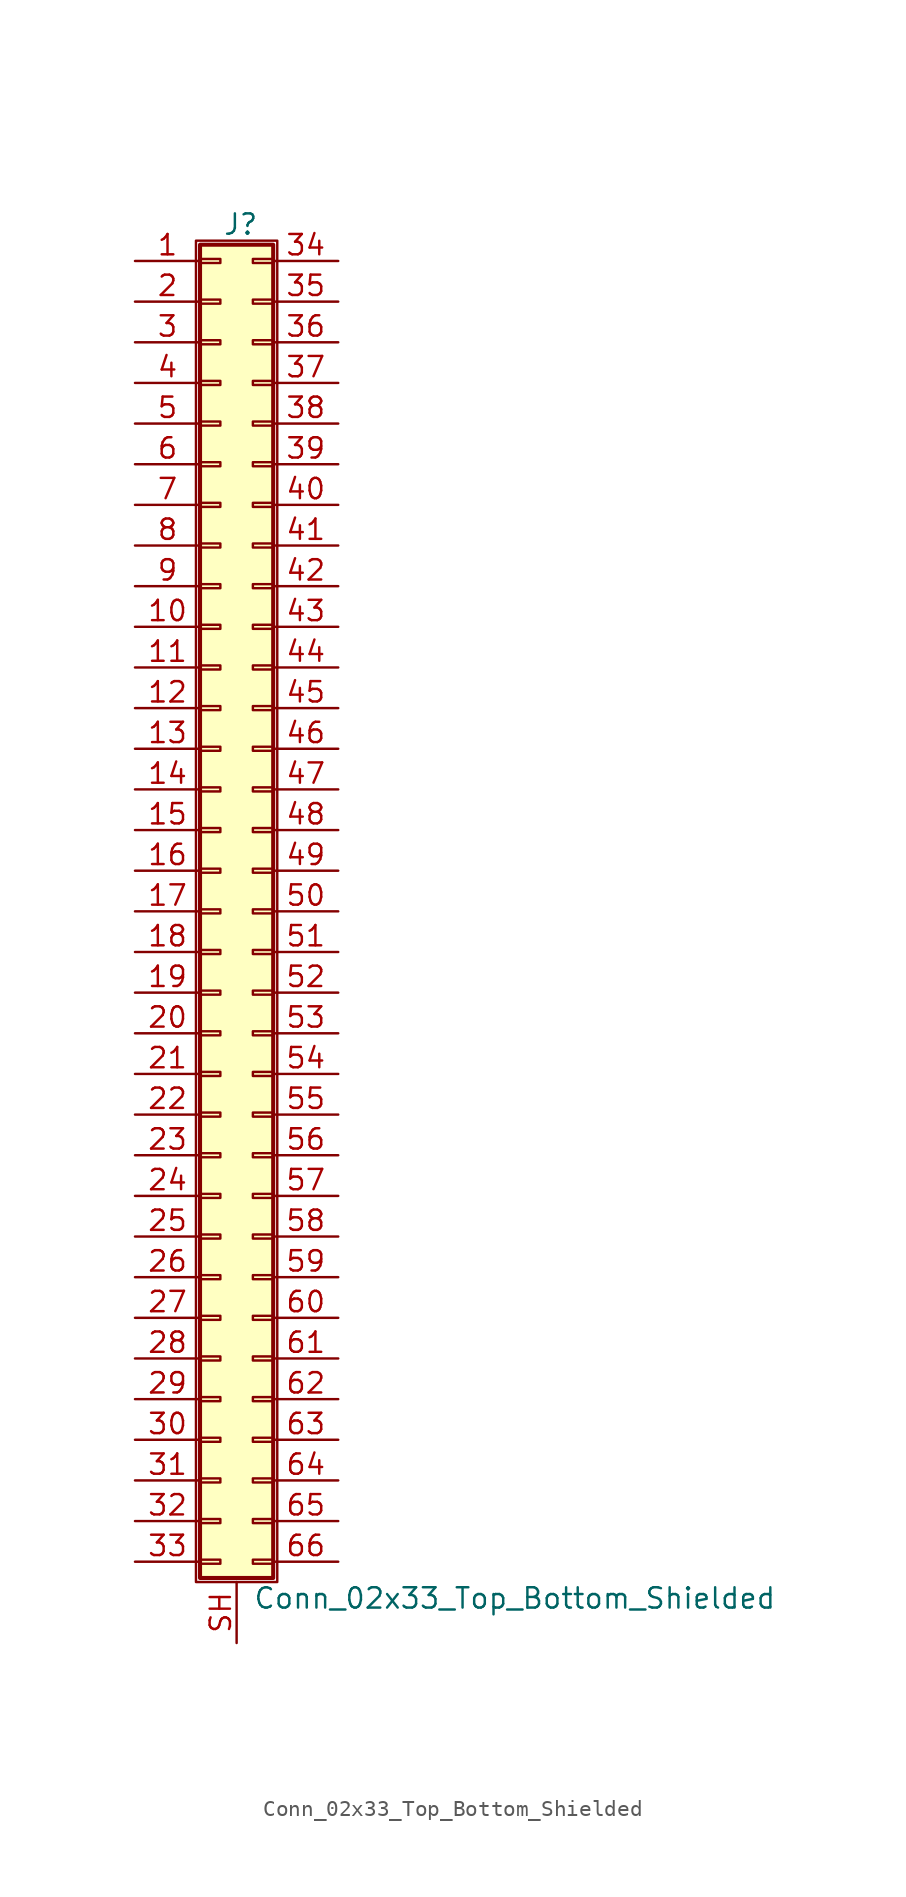
<source format=kicad_sym>
(kicad_symbol_lib
  (version 20220914)
  (generator kicad_symbol_editor)
  (symbol "Conn_02x33_Top_Bottom_Shielded"
    (pin_names
      (offset 1.016) hide)
    (property "Reference" "J"
      (at 1.524 42.926 0)
      (effects (font (size 1.27 1.27))))
    (property "Value" "Conn_02x33_Top_Bottom_Shielded"
      (at 2.286 -42.926 0)
      (effects (font (size 1.27 1.27)) (justify left)))
    (symbol "Conn_02x33_Top_Bottom_Shielded_1_1"
      (rectangle (start -1.27 41.91) (end 3.81 -41.91) (stroke (width 0.152) (type default)) (fill (type none)))
      (rectangle (start -1.016 -40.513) (end 0.254 -40.767) (stroke (width 0.152) (type default)) (fill (type none)))
      (rectangle (start -1.016 -37.973) (end 0.254 -38.227) (stroke (width 0.152) (type default)) (fill (type none)))
      (rectangle (start -1.016 -35.433) (end 0.254 -35.687) (stroke (width 0.152) (type default)) (fill (type none)))
      (rectangle (start -1.016 -32.893) (end 0.254 -33.147) (stroke (width 0.152) (type default)) (fill (type none)))
      (rectangle (start -1.016 -30.353) (end 0.254 -30.607) (stroke (width 0.152) (type default)) (fill (type none)))
      (rectangle (start -1.016 -27.813) (end 0.254 -28.067) (stroke (width 0.152) (type default)) (fill (type none)))
      (rectangle (start -1.016 -25.273) (end 0.254 -25.527) (stroke (width 0.152) (type default)) (fill (type none)))
      (rectangle (start -1.016 -22.733) (end 0.254 -22.987) (stroke (width 0.152) (type default)) (fill (type none)))
      (rectangle (start -1.016 -20.193) (end 0.254 -20.447) (stroke (width 0.152) (type default)) (fill (type none)))
      (rectangle (start -1.016 -17.653) (end 0.254 -17.907) (stroke (width 0.152) (type default)) (fill (type none)))
      (rectangle (start -1.016 -15.113) (end 0.254 -15.367) (stroke (width 0.152) (type default)) (fill (type none)))
      (rectangle (start -1.016 -12.573) (end 0.254 -12.827) (stroke (width 0.152) (type default)) (fill (type none)))
      (rectangle (start -1.016 -10.033) (end 0.254 -10.287) (stroke (width 0.152) (type default)) (fill (type none)))
      (rectangle (start -1.016 -7.493) (end 0.254 -7.747) (stroke (width 0.152) (type default)) (fill (type none)))
      (rectangle (start -1.016 -4.953) (end 0.254 -5.207) (stroke (width 0.152) (type default)) (fill (type none)))
      (rectangle (start -1.016 -2.413) (end 0.254 -2.667) (stroke (width 0.152) (type default)) (fill (type none)))
      (rectangle (start -1.016 0.127) (end 0.254 -0.127) (stroke (width 0.152) (type default)) (fill (type none)))
      (rectangle (start -1.016 2.667) (end 0.254 2.413) (stroke (width 0.152) (type default)) (fill (type none)))
      (rectangle (start -1.016 5.207) (end 0.254 4.953) (stroke (width 0.152) (type default)) (fill (type none)))
      (rectangle (start -1.016 7.747) (end 0.254 7.493) (stroke (width 0.152) (type default)) (fill (type none)))
      (rectangle (start -1.016 10.287) (end 0.254 10.033) (stroke (width 0.152) (type default)) (fill (type none)))
      (rectangle (start -1.016 12.827) (end 0.254 12.573) (stroke (width 0.152) (type default)) (fill (type none)))
      (rectangle (start -1.016 15.367) (end 0.254 15.113) (stroke (width 0.152) (type default)) (fill (type none)))
      (rectangle (start -1.016 17.907) (end 0.254 17.653) (stroke (width 0.152) (type default)) (fill (type none)))
      (rectangle (start -1.016 20.447) (end 0.254 20.193) (stroke (width 0.152) (type default)) (fill (type none)))
      (rectangle (start -1.016 22.987) (end 0.254 22.733) (stroke (width 0.152) (type default)) (fill (type none)))
      (rectangle (start -1.016 25.527) (end 0.254 25.273) (stroke (width 0.152) (type default)) (fill (type none)))
      (rectangle (start -1.016 28.067) (end 0.254 27.813) (stroke (width 0.152) (type default)) (fill (type none)))
      (rectangle (start -1.016 30.607) (end 0.254 30.353) (stroke (width 0.152) (type default)) (fill (type none)))
      (rectangle (start -1.016 33.147) (end 0.254 32.893) (stroke (width 0.152) (type default)) (fill (type none)))
      (rectangle (start -1.016 35.687) (end 0.254 35.433) (stroke (width 0.152) (type default)) (fill (type none)))
      (rectangle (start -1.016 38.227) (end 0.254 37.973) (stroke (width 0.152) (type default)) (fill (type none)))
      (rectangle (start -1.016 40.767) (end 0.254 40.513) (stroke (width 0.152) (type default)) (fill (type none)))
      (rectangle (start -1.016 41.656) (end 3.556 -41.656) (stroke (width 0.254) (type default)) (fill (type background)))
      (rectangle (start 3.556 -40.513) (end 2.286 -40.767) (stroke (width 0.152) (type default)) (fill (type none)))
      (rectangle (start 3.556 -37.973) (end 2.286 -38.227) (stroke (width 0.152) (type default)) (fill (type none)))
      (rectangle (start 3.556 -35.433) (end 2.286 -35.687) (stroke (width 0.152) (type default)) (fill (type none)))
      (rectangle (start 3.556 -32.893) (end 2.286 -33.147) (stroke (width 0.152) (type default)) (fill (type none)))
      (rectangle (start 3.556 -30.353) (end 2.286 -30.607) (stroke (width 0.152) (type default)) (fill (type none)))
      (rectangle (start 3.556 -27.813) (end 2.286 -28.067) (stroke (width 0.152) (type default)) (fill (type none)))
      (rectangle (start 3.556 -25.273) (end 2.286 -25.527) (stroke (width 0.152) (type default)) (fill (type none)))
      (rectangle (start 3.556 -22.733) (end 2.286 -22.987) (stroke (width 0.152) (type default)) (fill (type none)))
      (rectangle (start 3.556 -20.193) (end 2.286 -20.447) (stroke (width 0.152) (type default)) (fill (type none)))
      (rectangle (start 3.556 -17.653) (end 2.286 -17.907) (stroke (width 0.152) (type default)) (fill (type none)))
      (rectangle (start 3.556 -15.113) (end 2.286 -15.367) (stroke (width 0.152) (type default)) (fill (type none)))
      (rectangle (start 3.556 -12.573) (end 2.286 -12.827) (stroke (width 0.152) (type default)) (fill (type none)))
      (rectangle (start 3.556 -10.033) (end 2.286 -10.287) (stroke (width 0.152) (type default)) (fill (type none)))
      (rectangle (start 3.556 -7.493) (end 2.286 -7.747) (stroke (width 0.152) (type default)) (fill (type none)))
      (rectangle (start 3.556 -4.953) (end 2.286 -5.207) (stroke (width 0.152) (type default)) (fill (type none)))
      (rectangle (start 3.556 -2.413) (end 2.286 -2.667) (stroke (width 0.152) (type default)) (fill (type none)))
      (rectangle (start 3.556 0.127) (end 2.286 -0.127) (stroke (width 0.152) (type default)) (fill (type none)))
      (rectangle (start 3.556 2.667) (end 2.286 2.413) (stroke (width 0.152) (type default)) (fill (type none)))
      (rectangle (start 3.556 5.207) (end 2.286 4.953) (stroke (width 0.152) (type default)) (fill (type none)))
      (rectangle (start 3.556 7.747) (end 2.286 7.493) (stroke (width 0.152) (type default)) (fill (type none)))
      (rectangle (start 3.556 10.287) (end 2.286 10.033) (stroke (width 0.152) (type default)) (fill (type none)))
      (rectangle (start 3.556 12.827) (end 2.286 12.573) (stroke (width 0.152) (type default)) (fill (type none)))
      (rectangle (start 3.556 15.367) (end 2.286 15.113) (stroke (width 0.152) (type default)) (fill (type none)))
      (rectangle (start 3.556 17.907) (end 2.286 17.653) (stroke (width 0.152) (type default)) (fill (type none)))
      (rectangle (start 3.556 20.447) (end 2.286 20.193) (stroke (width 0.152) (type default)) (fill (type none)))
      (rectangle (start 3.556 22.987) (end 2.286 22.733) (stroke (width 0.152) (type default)) (fill (type none)))
      (rectangle (start 3.556 25.527) (end 2.286 25.273) (stroke (width 0.152) (type default)) (fill (type none)))
      (rectangle (start 3.556 28.067) (end 2.286 27.813) (stroke (width 0.152) (type default)) (fill (type none)))
      (rectangle (start 3.556 30.607) (end 2.286 30.353) (stroke (width 0.152) (type default)) (fill (type none)))
      (rectangle (start 3.556 33.147) (end 2.286 32.893) (stroke (width 0.152) (type default)) (fill (type none)))
      (rectangle (start 3.556 35.687) (end 2.286 35.433) (stroke (width 0.152) (type default)) (fill (type none)))
      (rectangle (start 3.556 38.227) (end 2.286 37.973) (stroke (width 0.152) (type default)) (fill (type none)))
      (rectangle (start 3.556 40.767) (end 2.286 40.513) (stroke (width 0.152) (type default)) (fill (type none)))
      (pin passive line (at -5.08 40.64 0) (length 4.064) (name "Pin_1" (effects (font (size 1.27 1.27)))) (number "1" (effects (font (size 1.27 1.27)))))
      (pin passive line (at -5.08 17.78 0) (length 4.064) (name "Pin_10" (effects (font (size 1.27 1.27)))) (number "10" (effects (font (size 1.27 1.27)))))
      (pin passive line (at -5.08 15.24 0) (length 4.064) (name "Pin_11" (effects (font (size 1.27 1.27)))) (number "11" (effects (font (size 1.27 1.27)))))
      (pin passive line (at -5.08 12.7 0) (length 4.064) (name "Pin_12" (effects (font (size 1.27 1.27)))) (number "12" (effects (font (size 1.27 1.27)))))
      (pin passive line (at -5.08 10.16 0) (length 4.064) (name "Pin_13" (effects (font (size 1.27 1.27)))) (number "13" (effects (font (size 1.27 1.27)))))
      (pin passive line (at -5.08 7.62 0) (length 4.064) (name "Pin_14" (effects (font (size 1.27 1.27)))) (number "14" (effects (font (size 1.27 1.27)))))
      (pin passive line (at -5.08 5.08 0) (length 4.064) (name "Pin_15" (effects (font (size 1.27 1.27)))) (number "15" (effects (font (size 1.27 1.27)))))
      (pin passive line (at -5.08 2.54 0) (length 4.064) (name "Pin_16" (effects (font (size 1.27 1.27)))) (number "16" (effects (font (size 1.27 1.27)))))
      (pin passive line (at -5.08 0 0) (length 4.064) (name "Pin_17" (effects (font (size 1.27 1.27)))) (number "17" (effects (font (size 1.27 1.27)))))
      (pin passive line (at -5.08 -2.54 0) (length 4.064) (name "Pin_18" (effects (font (size 1.27 1.27)))) (number "18" (effects (font (size 1.27 1.27)))))
      (pin passive line (at -5.08 -5.08 0) (length 4.064) (name "Pin_19" (effects (font (size 1.27 1.27)))) (number "19" (effects (font (size 1.27 1.27)))))
      (pin passive line (at -5.08 38.1 0) (length 4.064) (name "Pin_2" (effects (font (size 1.27 1.27)))) (number "2" (effects (font (size 1.27 1.27)))))
      (pin passive line (at -5.08 -7.62 0) (length 4.064) (name "Pin_20" (effects (font (size 1.27 1.27)))) (number "20" (effects (font (size 1.27 1.27)))))
      (pin passive line (at -5.08 -10.16 0) (length 4.064) (name "Pin_21" (effects (font (size 1.27 1.27)))) (number "21" (effects (font (size 1.27 1.27)))))
      (pin passive line (at -5.08 -12.7 0) (length 4.064) (name "Pin_22" (effects (font (size 1.27 1.27)))) (number "22" (effects (font (size 1.27 1.27)))))
      (pin passive line (at -5.08 -15.24 0) (length 4.064) (name "Pin_23" (effects (font (size 1.27 1.27)))) (number "23" (effects (font (size 1.27 1.27)))))
      (pin passive line (at -5.08 -17.78 0) (length 4.064) (name "Pin_24" (effects (font (size 1.27 1.27)))) (number "24" (effects (font (size 1.27 1.27)))))
      (pin passive line (at -5.08 -20.32 0) (length 4.064) (name "Pin_25" (effects (font (size 1.27 1.27)))) (number "25" (effects (font (size 1.27 1.27)))))
      (pin passive line (at -5.08 -22.86 0) (length 4.064) (name "Pin_26" (effects (font (size 1.27 1.27)))) (number "26" (effects (font (size 1.27 1.27)))))
      (pin passive line (at -5.08 -25.4 0) (length 4.064) (name "Pin_27" (effects (font (size 1.27 1.27)))) (number "27" (effects (font (size 1.27 1.27)))))
      (pin passive line (at -5.08 -27.94 0) (length 4.064) (name "Pin_28" (effects (font (size 1.27 1.27)))) (number "28" (effects (font (size 1.27 1.27)))))
      (pin passive line (at -5.08 -30.48 0) (length 4.064) (name "Pin_29" (effects (font (size 1.27 1.27)))) (number "29" (effects (font (size 1.27 1.27)))))
      (pin passive line (at -5.08 35.56 0) (length 4.064) (name "Pin_3" (effects (font (size 1.27 1.27)))) (number "3" (effects (font (size 1.27 1.27)))))
      (pin passive line (at -5.08 -33.02 0) (length 4.064) (name "Pin_30" (effects (font (size 1.27 1.27)))) (number "30" (effects (font (size 1.27 1.27)))))
      (pin passive line (at -5.08 -35.56 0) (length 4.064) (name "Pin_31" (effects (font (size 1.27 1.27)))) (number "31" (effects (font (size 1.27 1.27)))))
      (pin passive line (at -5.08 -38.1 0) (length 4.064) (name "Pin_32" (effects (font (size 1.27 1.27)))) (number "32" (effects (font (size 1.27 1.27)))))
      (pin passive line (at -5.08 -40.64 0) (length 4.064) (name "Pin_33" (effects (font (size 1.27 1.27)))) (number "33" (effects (font (size 1.27 1.27)))))
      (pin passive line (at 7.62 40.64 180) (length 4.064) (name "Pin_34" (effects (font (size 1.27 1.27)))) (number "34" (effects (font (size 1.27 1.27)))))
      (pin passive line (at 7.62 38.1 180) (length 4.064) (name "Pin_35" (effects (font (size 1.27 1.27)))) (number "35" (effects (font (size 1.27 1.27)))))
      (pin passive line (at 7.62 35.56 180) (length 4.064) (name "Pin_36" (effects (font (size 1.27 1.27)))) (number "36" (effects (font (size 1.27 1.27)))))
      (pin passive line (at 7.62 33.02 180) (length 4.064) (name "Pin_37" (effects (font (size 1.27 1.27)))) (number "37" (effects (font (size 1.27 1.27)))))
      (pin passive line (at 7.62 30.48 180) (length 4.064) (name "Pin_38" (effects (font (size 1.27 1.27)))) (number "38" (effects (font (size 1.27 1.27)))))
      (pin passive line (at 7.62 27.94 180) (length 4.064) (name "Pin_39" (effects (font (size 1.27 1.27)))) (number "39" (effects (font (size 1.27 1.27)))))
      (pin passive line (at -5.08 33.02 0) (length 4.064) (name "Pin_4" (effects (font (size 1.27 1.27)))) (number "4" (effects (font (size 1.27 1.27)))))
      (pin passive line (at 7.62 25.4 180) (length 4.064) (name "Pin_40" (effects (font (size 1.27 1.27)))) (number "40" (effects (font (size 1.27 1.27)))))
      (pin passive line (at 7.62 22.86 180) (length 4.064) (name "Pin_41" (effects (font (size 1.27 1.27)))) (number "41" (effects (font (size 1.27 1.27)))))
      (pin passive line (at 7.62 20.32 180) (length 4.064) (name "Pin_42" (effects (font (size 1.27 1.27)))) (number "42" (effects (font (size 1.27 1.27)))))
      (pin passive line (at 7.62 17.78 180) (length 4.064) (name "Pin_43" (effects (font (size 1.27 1.27)))) (number "43" (effects (font (size 1.27 1.27)))))
      (pin passive line (at 7.62 15.24 180) (length 4.064) (name "Pin_44" (effects (font (size 1.27 1.27)))) (number "44" (effects (font (size 1.27 1.27)))))
      (pin passive line (at 7.62 12.7 180) (length 4.064) (name "Pin_45" (effects (font (size 1.27 1.27)))) (number "45" (effects (font (size 1.27 1.27)))))
      (pin passive line (at 7.62 10.16 180) (length 4.064) (name "Pin_46" (effects (font (size 1.27 1.27)))) (number "46" (effects (font (size 1.27 1.27)))))
      (pin passive line (at 7.62 7.62 180) (length 4.064) (name "Pin_47" (effects (font (size 1.27 1.27)))) (number "47" (effects (font (size 1.27 1.27)))))
      (pin passive line (at 7.62 5.08 180) (length 4.064) (name "Pin_48" (effects (font (size 1.27 1.27)))) (number "48" (effects (font (size 1.27 1.27)))))
      (pin passive line (at 7.62 2.54 180) (length 4.064) (name "Pin_49" (effects (font (size 1.27 1.27)))) (number "49" (effects (font (size 1.27 1.27)))))
      (pin passive line (at -5.08 30.48 0) (length 4.064) (name "Pin_5" (effects (font (size 1.27 1.27)))) (number "5" (effects (font (size 1.27 1.27)))))
      (pin passive line (at 7.62 0 180) (length 4.064) (name "Pin_50" (effects (font (size 1.27 1.27)))) (number "50" (effects (font (size 1.27 1.27)))))
      (pin passive line (at 7.62 -2.54 180) (length 4.064) (name "Pin_51" (effects (font (size 1.27 1.27)))) (number "51" (effects (font (size 1.27 1.27)))))
      (pin passive line (at 7.62 -5.08 180) (length 4.064) (name "Pin_52" (effects (font (size 1.27 1.27)))) (number "52" (effects (font (size 1.27 1.27)))))
      (pin passive line (at 7.62 -7.62 180) (length 4.064) (name "Pin_53" (effects (font (size 1.27 1.27)))) (number "53" (effects (font (size 1.27 1.27)))))
      (pin passive line (at 7.62 -10.16 180) (length 4.064) (name "Pin_54" (effects (font (size 1.27 1.27)))) (number "54" (effects (font (size 1.27 1.27)))))
      (pin passive line (at 7.62 -12.7 180) (length 4.064) (name "Pin_55" (effects (font (size 1.27 1.27)))) (number "55" (effects (font (size 1.27 1.27)))))
      (pin passive line (at 7.62 -15.24 180) (length 4.064) (name "Pin_56" (effects (font (size 1.27 1.27)))) (number "56" (effects (font (size 1.27 1.27)))))
      (pin passive line (at 7.62 -17.78 180) (length 4.064) (name "Pin_57" (effects (font (size 1.27 1.27)))) (number "57" (effects (font (size 1.27 1.27)))))
      (pin passive line (at 7.62 -20.32 180) (length 4.064) (name "Pin_58" (effects (font (size 1.27 1.27)))) (number "58" (effects (font (size 1.27 1.27)))))
      (pin passive line (at 7.62 -22.86 180) (length 4.064) (name "Pin_59" (effects (font (size 1.27 1.27)))) (number "59" (effects (font (size 1.27 1.27)))))
      (pin passive line (at -5.08 27.94 0) (length 4.064) (name "Pin_6" (effects (font (size 1.27 1.27)))) (number "6" (effects (font (size 1.27 1.27)))))
      (pin passive line (at 7.62 -25.4 180) (length 4.064) (name "Pin_60" (effects (font (size 1.27 1.27)))) (number "60" (effects (font (size 1.27 1.27)))))
      (pin passive line (at 7.62 -27.94 180) (length 4.064) (name "Pin_61" (effects (font (size 1.27 1.27)))) (number "61" (effects (font (size 1.27 1.27)))))
      (pin passive line (at 7.62 -30.48 180) (length 4.064) (name "Pin_62" (effects (font (size 1.27 1.27)))) (number "62" (effects (font (size 1.27 1.27)))))
      (pin passive line (at 7.62 -33.02 180) (length 4.064) (name "Pin_63" (effects (font (size 1.27 1.27)))) (number "63" (effects (font (size 1.27 1.27)))))
      (pin passive line (at 7.62 -35.56 180) (length 4.064) (name "Pin_64" (effects (font (size 1.27 1.27)))) (number "64" (effects (font (size 1.27 1.27)))))
      (pin passive line (at 7.62 -38.1 180) (length 4.064) (name "Pin_65" (effects (font (size 1.27 1.27)))) (number "65" (effects (font (size 1.27 1.27)))))
      (pin passive line (at 7.62 -40.64 180) (length 4.064) (name "Pin_66" (effects (font (size 1.27 1.27)))) (number "66" (effects (font (size 1.27 1.27)))))
      (pin passive line (at -5.08 25.4 0) (length 4.064) (name "Pin_7" (effects (font (size 1.27 1.27)))) (number "7" (effects (font (size 1.27 1.27)))))
      (pin passive line (at -5.08 22.86 0) (length 4.064) (name "Pin_8" (effects (font (size 1.27 1.27)))) (number "8" (effects (font (size 1.27 1.27)))))
      (pin passive line (at -5.08 20.32 0) (length 4.064) (name "Pin_9" (effects (font (size 1.27 1.27)))) (number "9" (effects (font (size 1.27 1.27)))))
      (pin passive line (at 1.27 -45.72 90) (length 3.81) (name "Shield" (effects (font (size 1.27 1.27)))) (number "SH" (effects (font (size 1.27 1.27))))))))
</source>
